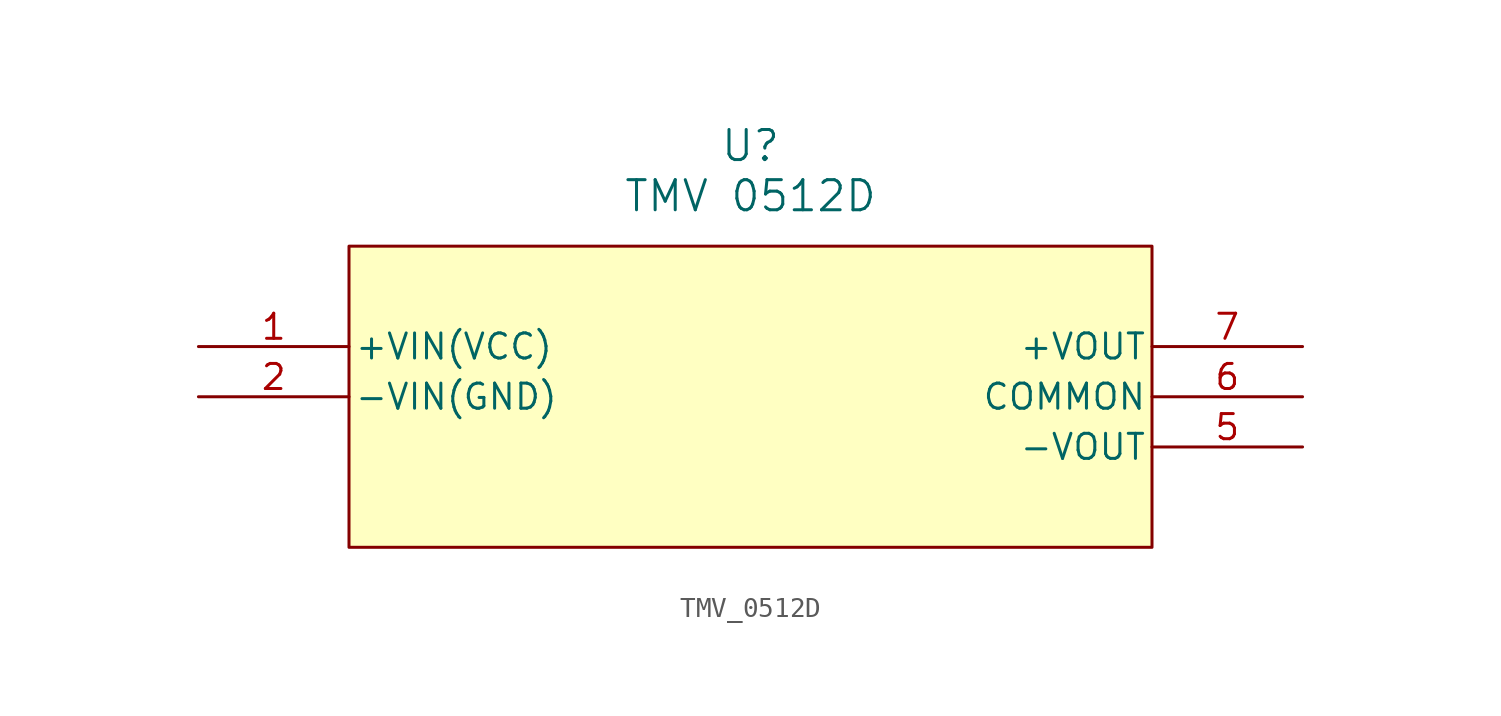
<source format=kicad_sym>
(kicad_symbol_lib
  (version 20220914)
  (generator kicad_symbol_editor)
  (symbol "TMV_0512D"
    (pin_names
      (offset 0.254))
    (property "Reference" "U"
      (at 27.94 10.16 0)
      (effects (font (size 1.524 1.524))))
    (property "Value" "TMV 0512D"
      (at 27.94 7.62 0)
      (effects (font (size 1.524 1.524))))
    (symbol "TMV_0512D_0_1"
      (pin power_in line (at 0 0 0) (length 7.62) (name "+VIN(VCC)" (effects (font (size 1.27 1.27)))) (number "1" (effects (font (size 1.27 1.27))))))
    (symbol "TMV_0512D_1_1"
      (rectangle (start 7.62 5.08) (end 48.26 -10.16) (stroke (width 0) (type default)) (fill (type background)))
      (pin passive line (at 0 -2.54 0) (length 7.62) (name "-VIN(GND)" (effects (font (size 1.27 1.27)))) (number "2" (effects (font (size 1.27 1.27)))))
      (pin power_out line (at 55.88 -5.08 180) (length 7.62) (name "-VOUT" (effects (font (size 1.27 1.27)))) (number "5" (effects (font (size 1.27 1.27)))))
      (pin passive line (at 55.88 -2.54 180) (length 7.62) (name "COMMON" (effects (font (size 1.27 1.27)))) (number "6" (effects (font (size 1.27 1.27)))))
      (pin power_out line (at 55.88 0 180) (length 7.62) (name "+VOUT" (effects (font (size 1.27 1.27)))) (number "7" (effects (font (size 1.27 1.27))))))))
</source>
